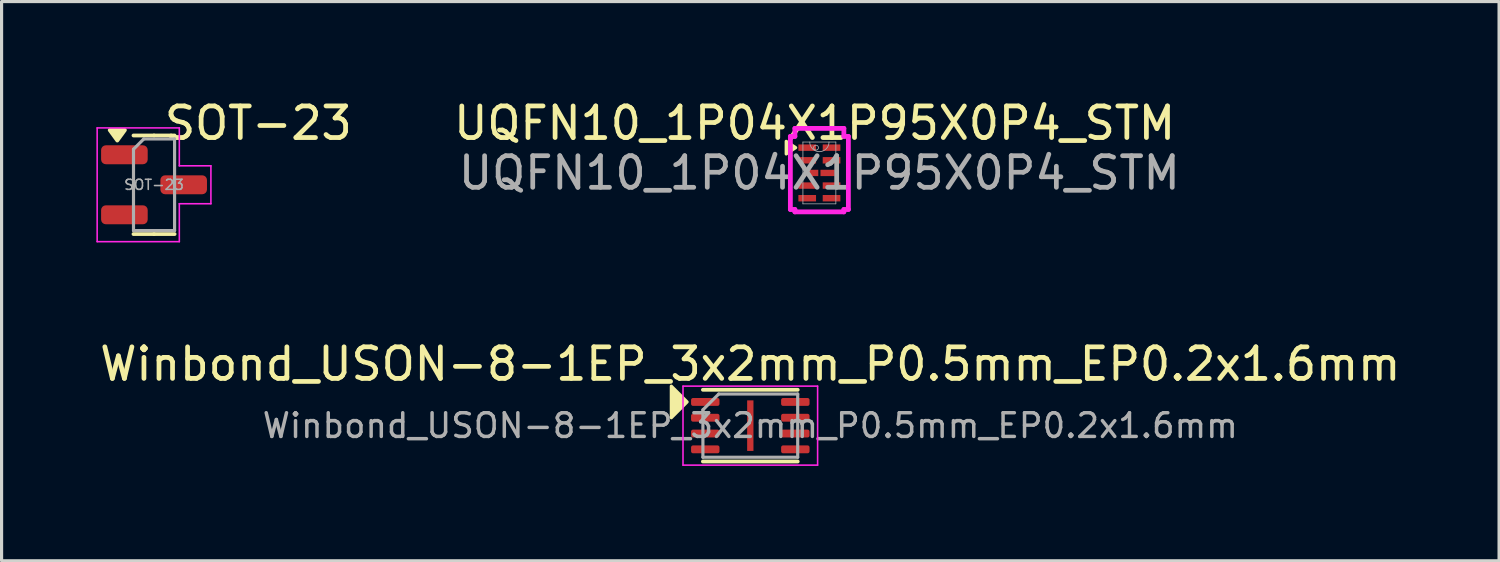
<source format=kicad_pcb>
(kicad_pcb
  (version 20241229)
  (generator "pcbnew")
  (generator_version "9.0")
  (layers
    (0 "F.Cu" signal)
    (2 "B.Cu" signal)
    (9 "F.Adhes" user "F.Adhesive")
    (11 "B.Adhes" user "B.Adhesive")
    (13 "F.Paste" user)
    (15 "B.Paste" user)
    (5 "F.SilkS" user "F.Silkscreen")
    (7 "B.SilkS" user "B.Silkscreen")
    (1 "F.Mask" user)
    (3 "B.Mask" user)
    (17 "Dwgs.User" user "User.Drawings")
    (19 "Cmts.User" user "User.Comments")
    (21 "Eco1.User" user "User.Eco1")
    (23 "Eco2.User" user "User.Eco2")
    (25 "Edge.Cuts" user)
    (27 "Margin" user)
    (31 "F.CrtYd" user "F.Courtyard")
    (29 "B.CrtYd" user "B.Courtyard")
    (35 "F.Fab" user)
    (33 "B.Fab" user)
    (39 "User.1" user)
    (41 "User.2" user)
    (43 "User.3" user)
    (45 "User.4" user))
  (footprint "UQFN10_1P04X1P95X0P4_STM"
    (layer "F.Cu")
    (at 22.882 2.423)
    (property "Reference" "UQFN10_1P04X1P95X0P4_STM" (at -0.15 -1.575 0) (unlocked yes) (layer "F.SilkS") (effects (font (size 1 1) (thickness 0.15))))
    (attr smd)
    (fp_poly (pts (xy -0.75 -0.8) (xy -1.05 -1) (xy -1.05 -0.6)) (stroke (width 0.1) (type solid)) (fill yes) (layer "F.SilkS"))
    (fp_line (start -0.918 -1.156) (end -0.775 -1.156) (stroke (width 0.152) (type solid)) (layer "F.CrtYd"))
    (fp_line (start -0.918 1.156) (end -0.918 -1.156) (stroke (width 0.152) (type solid)) (layer "F.CrtYd"))
    (fp_line (start -0.918 1.156) (end -0.775 1.156) (stroke (width 0.152) (type solid)) (layer "F.CrtYd"))
    (fp_line (start -0.775 -1.41) (end 0.775 -1.41) (stroke (width 0.152) (type solid)) (layer "F.CrtYd"))
    (fp_line (start -0.775 -1.156) (end -0.775 -1.41) (stroke (width 0.152) (type solid)) (layer "F.CrtYd"))
    (fp_line (start -0.775 1.232) (end -0.775 1.156) (stroke (width 0.152) (type solid)) (layer "F.CrtYd"))
    (fp_line (start 0.775 -1.41) (end 0.775 -1.156) (stroke (width 0.152) (type solid)) (layer "F.CrtYd"))
    (fp_line (start 0.775 1.156) (end 0.775 1.232) (stroke (width 0.152) (type solid)) (layer "F.CrtYd"))
    (fp_line (start 0.775 1.232) (end -0.775 1.232) (stroke (width 0.152) (type solid)) (layer "F.CrtYd"))
    (fp_line (start 0.918 -1.156) (end 0.775 -1.156) (stroke (width 0.152) (type solid)) (layer "F.CrtYd"))
    (fp_line (start 0.918 -1.156) (end 0.918 1.156) (stroke (width 0.152) (type solid)) (layer "F.CrtYd"))
    (fp_line (start 0.918 1.156) (end 0.775 1.156) (stroke (width 0.152) (type solid)) (layer "F.CrtYd"))
    (fp_line (start -0.521 -0.978) (end -0.521 0.978) (stroke (width 0.025) (type solid)) (layer "F.Fab"))
    (fp_line (start -0.521 0.978) (end 0.521 0.978) (stroke (width 0.025) (type solid)) (layer "F.Fab"))
    (fp_line (start 0.521 -0.978) (end -0.521 -0.978) (stroke (width 0.025) (type solid)) (layer "F.Fab"))
    (fp_line (start 0.521 0.978) (end 0.521 -0.978) (stroke (width 0.025) (type solid)) (layer "F.Fab"))
    (fp_arc (start 0.3048 -0.9779) (mid 0 -0.6731) (end -0.3048 -0.9779) (stroke (width 0.0254) (type solid)) (layer "F.Fab"))
    (fp_circle (center -0.106 -0.8) (end -0.029 -0.8) (stroke (width 0.025) (type solid)) (fill no) (layer "F.Fab"))
    (fp_text user "${REFERENCE}" (at 0 0 0) (unlocked yes) (layer "F.Fab") (effects (font (size 1 1) (thickness 0.15))))
    (pad "1" smd rect (at -0.385 -0.8) (size 0.559 0.203) (layers "F.Cu" "F.Mask" "F.Paste"))
    (pad "2" smd rect (at -0.385 -0.4) (size 0.559 0.203) (layers "F.Cu" "F.Mask" "F.Paste"))
    (pad "3" smd rect (at -0.26 0) (size 0.45 0.2) (layers "F.Cu" "F.Mask" "F.Paste"))
    (pad "4" smd rect (at -0.385 0.4) (size 0.559 0.203) (layers "F.Cu" "F.Mask" "F.Paste"))
    (pad "5" smd rect (at -0.385 0.8) (size 0.559 0.203) (layers "F.Cu" "F.Mask" "F.Paste"))
    (pad "6" smd rect (at 0.385 0.8) (size 0.559 0.203) (layers "F.Cu" "F.Mask" "F.Paste"))
    (pad "7" smd rect (at 0.385 0.4) (size 0.559 0.203) (layers "F.Cu" "F.Mask" "F.Paste"))
    (pad "8" smd rect (at 0.26 0) (size 0.45 0.2) (layers "F.Cu" "F.Mask" "F.Paste"))
    (pad "9" smd rect (at 0.385 -0.4) (size 0.559 0.203) (layers "F.Cu" "F.Mask" "F.Paste"))
    (pad "10" smd rect (at 0.385 -0.8) (size 0.559 0.203) (layers "F.Cu" "F.Mask" "F.Paste")))
  (footprint "Winbond_USON-8-1EP_3x2mm_P0.5mm_EP0.2x1.6mm"
    (layer "F.Cu")
    (at 20.696 10.421)
    (property "Reference" "Winbond_USON-8-1EP_3x2mm_P0.5mm_EP0.2x1.6mm" (at 0 -1.95 0) (layer "F.SilkS") (effects (font (size 1 1) (thickness 0.15))))
    (attr smd)
    (fp_line (start -1.5 -1.135) (end 1.5 -1.135) (stroke (width 0.12) (type solid)) (layer "F.SilkS"))
    (fp_line (start -1.5 1.135) (end 1.5 1.135) (stroke (width 0.12) (type solid)) (layer "F.SilkS"))
    (fp_poly (pts (xy -2 -0.75) (xy -2.5 -1.25) (xy -2.5 -0.25)) (stroke (width 0.1) (type solid)) (fill yes) (layer "F.SilkS"))
    (fp_line (start -2.13 -1.25) (end -2.13 1.25) (stroke (width 0.05) (type solid)) (layer "F.CrtYd"))
    (fp_line (start -2.13 1.25) (end 2.13 1.25) (stroke (width 0.05) (type solid)) (layer "F.CrtYd"))
    (fp_line (start 2.13 -1.25) (end -2.13 -1.25) (stroke (width 0.05) (type solid)) (layer "F.CrtYd"))
    (fp_line (start 2.13 1.25) (end 2.13 -1.25) (stroke (width 0.05) (type solid)) (layer "F.CrtYd"))
    (fp_line (start -1.5 -0.5) (end -1 -1) (stroke (width 0.1) (type solid)) (layer "F.Fab"))
    (fp_line (start -1.5 1) (end -1.5 -0.5) (stroke (width 0.1) (type solid)) (layer "F.Fab"))
    (fp_line (start -1 -1) (end 1.5 -1) (stroke (width 0.1) (type solid)) (layer "F.Fab"))
    (fp_line (start 1.5 -1) (end 1.5 1) (stroke (width 0.1) (type solid)) (layer "F.Fab"))
    (fp_line (start 1.5 1) (end -1.5 1) (stroke (width 0.1) (type solid)) (layer "F.Fab"))
    (fp_text user "${REFERENCE}" (at 0 0 0) (layer "F.Fab") (effects (font (size 0.75 0.75) (thickness 0.11))))
    (pad "" smd roundrect (at 0 0) (size 0.16 1.29) (layers "F.Paste") (roundrect_rratio 0.25))
    (pad "1" smd roundrect (at -1.425 -0.75) (size 0.9 0.25) (layers "F.Cu" "F.Mask" "F.Paste") (roundrect_rratio 0.25))
    (pad "2" smd roundrect (at -1.425 -0.25) (size 0.9 0.25) (layers "F.Cu" "F.Mask" "F.Paste") (roundrect_rratio 0.25))
    (pad "3" smd roundrect (at -1.425 0.25) (size 0.9 0.25) (layers "F.Cu" "F.Mask" "F.Paste") (roundrect_rratio 0.25))
    (pad "4" smd roundrect (at -1.425 0.75) (size 0.9 0.25) (layers "F.Cu" "F.Mask" "F.Paste") (roundrect_rratio 0.25))
    (pad "5" smd roundrect (at 1.425 0.75) (size 0.9 0.25) (layers "F.Cu" "F.Mask" "F.Paste") (roundrect_rratio 0.25))
    (pad "6" smd roundrect (at 1.425 0.25) (size 0.9 0.25) (layers "F.Cu" "F.Mask" "F.Paste") (roundrect_rratio 0.25))
    (pad "7" smd roundrect (at 1.425 -0.25) (size 0.9 0.25) (layers "F.Cu" "F.Mask" "F.Paste") (roundrect_rratio 0.25))
    (pad "8" smd roundrect (at 1.425 -0.75) (size 0.9 0.25) (layers "F.Cu" "F.Mask" "F.Paste") (roundrect_rratio 0.25))
    (pad "9" smd rect (at 0 0) (size 0.2 1.6) (property pad_prop_heatsink) (layers "F.Cu" "F.Mask")))
  (footprint "SOT-23"
    (layer "F.Cu")
    (at 1.825 2.798)
    (property "Reference" "SOT-23" (at 3.3 -1.95 0) (layer "F.SilkS") (effects (font (size 1 1) (thickness 0.15))))
    (attr smd)
    (fp_line (start 0 -1.56) (end -0.65 -1.56) (stroke (width 0.12) (type solid)) (layer "F.SilkS"))
    (fp_line (start 0 -1.56) (end 0.65 -1.56) (stroke (width 0.12) (type solid)) (layer "F.SilkS"))
    (fp_line (start 0 1.56) (end -0.65 1.56) (stroke (width 0.12) (type solid)) (layer "F.SilkS"))
    (fp_line (start 0 1.56) (end 0.65 1.56) (stroke (width 0.12) (type solid)) (layer "F.SilkS"))
    (fp_poly (pts (xy -1.163 -1.4) (xy -1.403 -1.73) (xy -0.922 -1.73) (xy -1.163 -1.4)) (stroke (width 0.12) (type solid)) (fill yes) (layer "F.SilkS"))
    (fp_line (start -1.8 -1.8) (end -1.8 1.8) (stroke (width 0.05) (type default)) (layer "F.CrtYd"))
    (fp_line (start -1.8 1.8) (end 0.8 1.8) (stroke (width 0.05) (type default)) (layer "F.CrtYd"))
    (fp_line (start 0.8 -1.8) (end -1.8 -1.8) (stroke (width 0.05) (type default)) (layer "F.CrtYd"))
    (fp_line (start 0.8 -0.6) (end 0.8 -1.8) (stroke (width 0.05) (type default)) (layer "F.CrtYd"))
    (fp_line (start 0.8 0.6) (end 1.8 0.6) (stroke (width 0.05) (type default)) (layer "F.CrtYd"))
    (fp_line (start 0.8 1.8) (end 0.8 0.6) (stroke (width 0.05) (type default)) (layer "F.CrtYd"))
    (fp_line (start 1.8 -0.6) (end 0.8 -0.6) (stroke (width 0.05) (type default)) (layer "F.CrtYd"))
    (fp_line (start 1.8 0.6) (end 1.8 -0.6) (stroke (width 0.05) (type default)) (layer "F.CrtYd"))
    (fp_line (start -0.65 -1.125) (end -0.325 -1.45) (stroke (width 0.1) (type solid)) (layer "F.Fab"))
    (fp_line (start -0.65 1.45) (end -0.65 -1.125) (stroke (width 0.1) (type solid)) (layer "F.Fab"))
    (fp_line (start -0.325 -1.45) (end 0.65 -1.45) (stroke (width 0.1) (type solid)) (layer "F.Fab"))
    (fp_line (start 0.65 -1.45) (end 0.65 1.45) (stroke (width 0.1) (type solid)) (layer "F.Fab"))
    (fp_line (start 0.65 1.45) (end -0.65 1.45) (stroke (width 0.1) (type solid)) (layer "F.Fab"))
    (fp_text user "${REFERENCE}" (at 0 0 0) (layer "F.Fab") (effects (font (size 0.32 0.32) (thickness 0.05))))
    (pad "1" smd roundrect (at -0.938 -0.95) (size 1.475 0.6) (layers "F.Cu" "F.Mask" "F.Paste") (roundrect_rratio 0.25))
    (pad "2" smd roundrect (at -0.938 0.95) (size 1.475 0.6) (layers "F.Cu" "F.Mask" "F.Paste") (roundrect_rratio 0.25))
    (pad "3" smd roundrect (at 0.938 0) (size 1.475 0.6) (layers "F.Cu" "F.Mask" "F.Paste") (roundrect_rratio 0.25)))
  (gr_rect
    (start -3 -3)
    (end 44.393 14.697)
    (stroke (width 0.1) (type default))
    (fill no)
    (layer "Edge.Cuts")))
</source>
